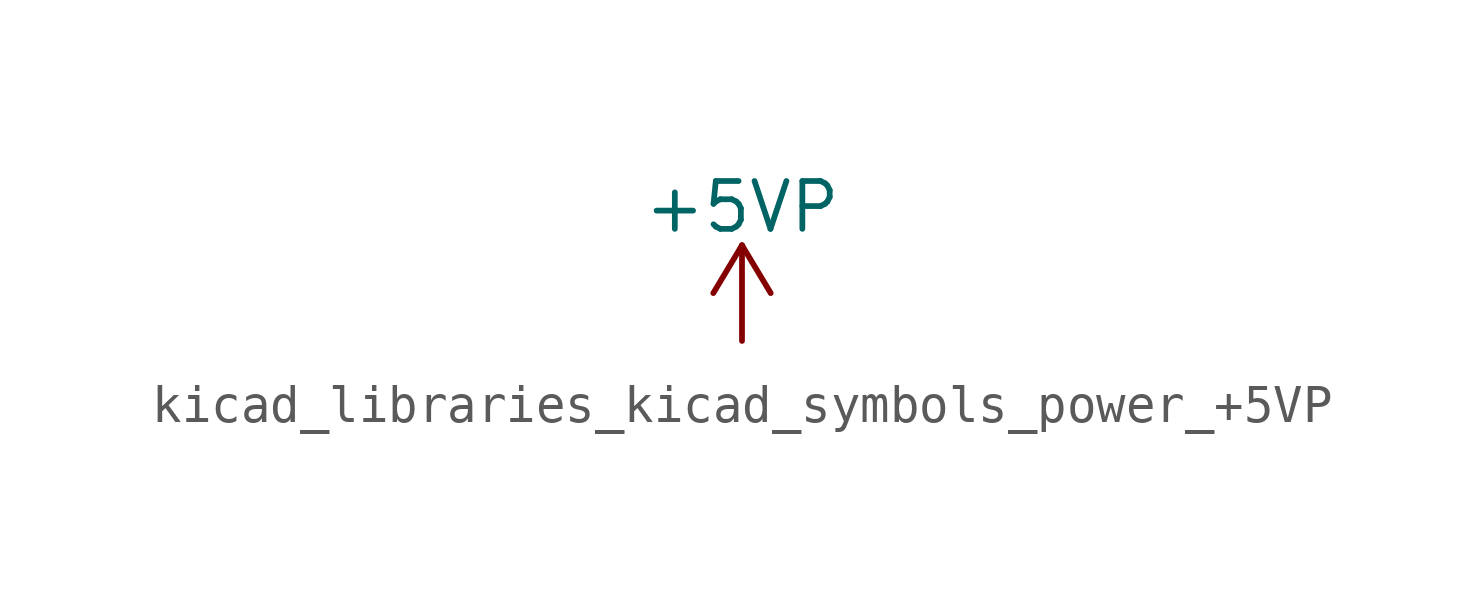
<source format=kicad_sym>
(kicad_symbol_lib
  (version 20220914)
  (generator kicad_symbol_editor)
  (symbol "kicad_libraries_kicad_symbols_power_+5VP"
    (power)
    (pin_names
      (offset 0))
    (property "Reference" "#PWR"
      (at 0 -3.81 0)
      (effects (font (size 1.27 1.27)) hide))
    (property "Value" "+5VP"
      (at 0 3.556 0)
      (effects (font (size 1.27 1.27))))
    (symbol "kicad_libraries_kicad_symbols_power_+5VP_0_1"
      (polyline (pts (xy -0.762 1.27) (xy 0 2.54)) (stroke (width 0) (type default)) (fill (type none)))
      (polyline (pts (xy 0 0) (xy 0 2.54)) (stroke (width 0) (type default)) (fill (type none)))
      (polyline (pts (xy 0 2.54) (xy 0.762 1.27)) (stroke (width 0) (type default)) (fill (type none))))
    (symbol "kicad_libraries_kicad_symbols_power_+5VP_1_1"
      (pin power_in line (at 0 0 90) (length 0) hide (name "+5VP" (effects (font (size 1.27 1.27)))) (number "1" (effects (font (size 1.27 1.27))))))))
</source>
